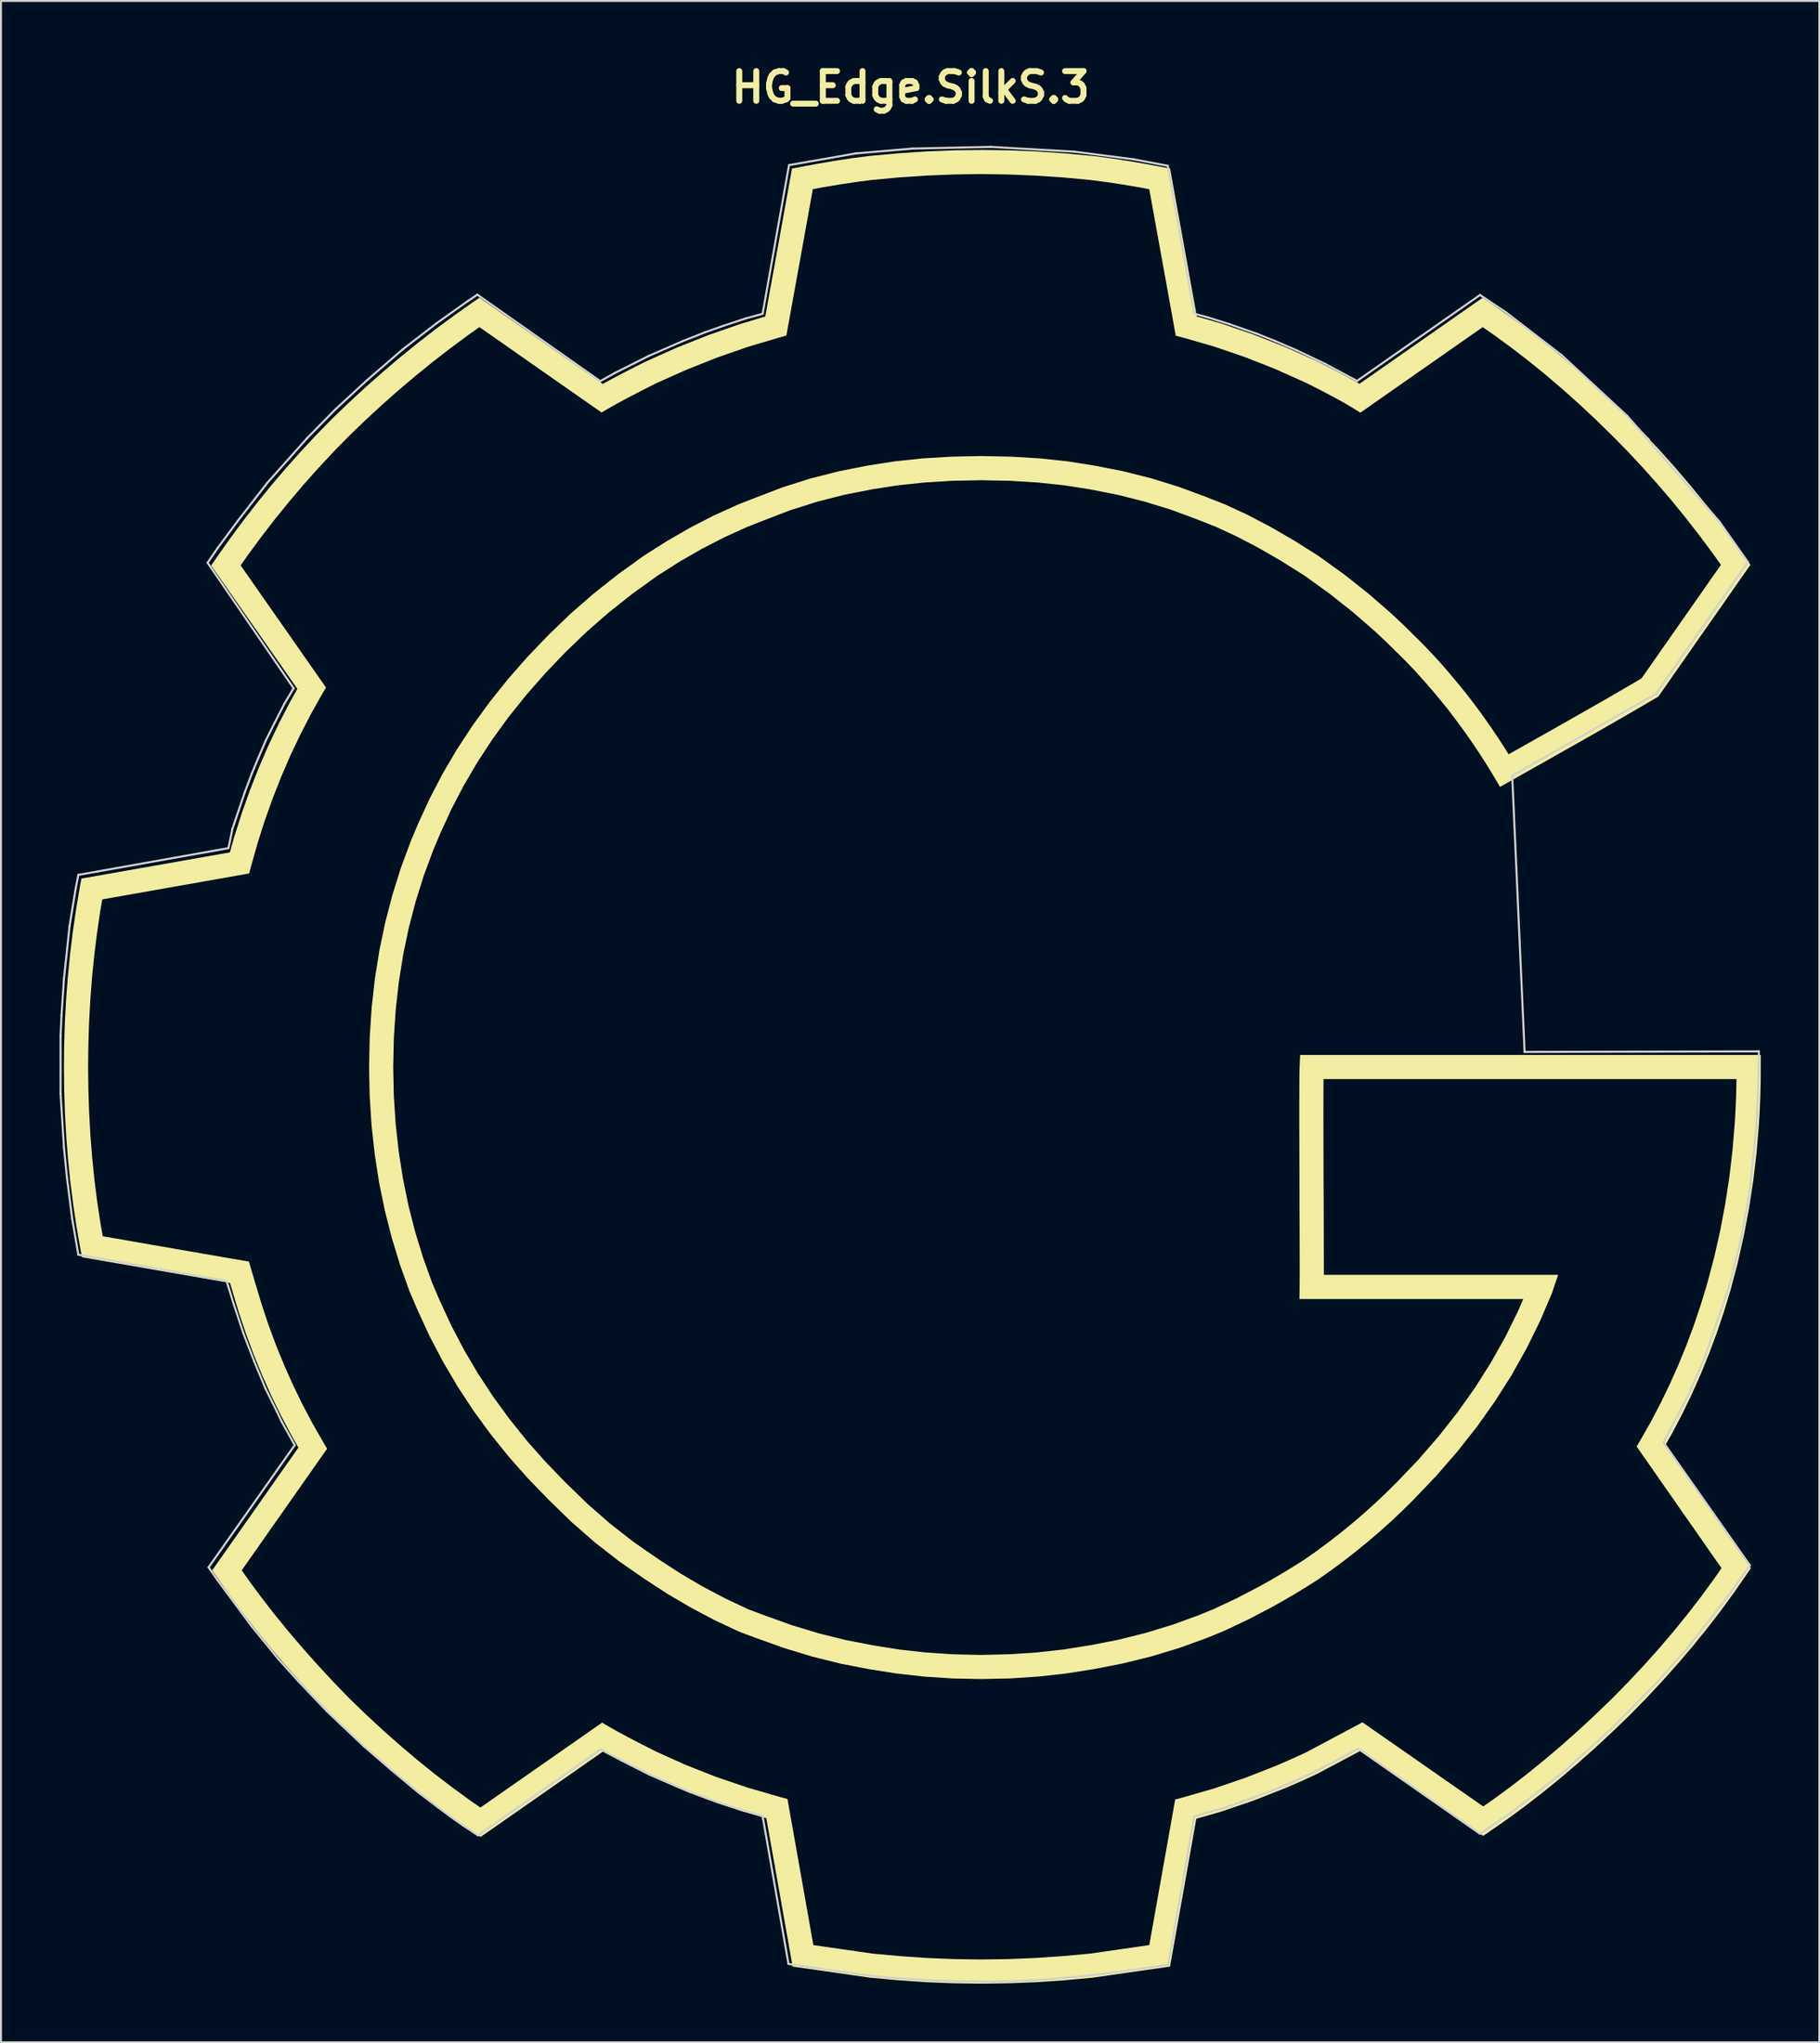
<source format=kicad_pcb>
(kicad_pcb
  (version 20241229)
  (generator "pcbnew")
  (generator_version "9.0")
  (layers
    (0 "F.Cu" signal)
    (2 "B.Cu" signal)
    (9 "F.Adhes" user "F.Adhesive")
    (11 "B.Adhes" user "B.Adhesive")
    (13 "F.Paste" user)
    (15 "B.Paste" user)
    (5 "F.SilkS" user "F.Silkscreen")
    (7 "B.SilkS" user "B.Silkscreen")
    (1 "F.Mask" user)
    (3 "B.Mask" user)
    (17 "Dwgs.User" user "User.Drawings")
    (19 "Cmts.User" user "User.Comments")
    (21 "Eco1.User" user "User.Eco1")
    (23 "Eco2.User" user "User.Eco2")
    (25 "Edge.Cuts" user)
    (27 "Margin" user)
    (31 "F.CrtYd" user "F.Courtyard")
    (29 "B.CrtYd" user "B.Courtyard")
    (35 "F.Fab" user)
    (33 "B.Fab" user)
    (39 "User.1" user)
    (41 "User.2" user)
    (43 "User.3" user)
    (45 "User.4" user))
  (footprint "HG_Edge.SilkS.3"
    (layer "F.Cu")
    (at 43.606 51.522)
    (property "Reference" "HG_Edge.SilkS.3" (at 0 -50.096 0) (layer "F.SilkS") (effects (font (size 1.524 1.524) (thickness 0.305))))
    (attr smd)
    (fp_poly (pts (xy 3.606 -46.89) (xy 4.975 -45.635) (xy 6.368 -45.578) (xy 7.78 -45.485) (xy 9.206 -45.352) (xy 10.016 -45.246) (xy 10.858 -45.12) (xy 11.733 -44.971) (xy 12.223 -44.879) (xy 12.489 -43.416) (xy 12.829 -41.532) (xy 13.171 -39.647) (xy 13.581 -37.373) (xy 13.964 -37.274) (xy 15.534 -36.823) (xy 17.112 -36.284) (xy 18.692 -35.661) (xy 20.28 -34.95) (xy 21.042 -34.563) (xy 21.704 -34.213) (xy 22.257 -33.907) (xy 22.694 -33.647) (xy 23.04 -33.432) (xy 24.946 -34.766) (xy 25.731 -35.315) (xy 26.518 -35.864) (xy 27.303 -36.412) (xy 28.089 -36.963) (xy 28.876 -37.512) (xy 29.307 -37.813) (xy 29.86 -37.43) (xy 30.755 -36.776) (xy 31.641 -36.094) (xy 32.52 -35.381) (xy 33.391 -34.639) (xy 34.255 -33.866) (xy 35.112 -33.065) (xy 35.753 -32.438) (xy 35.878 -32.318) (xy 36.012 -32.181) (xy 36.143 -32.053) (xy 36.749 -31.432) (xy 37.518 -30.608) (xy 38.27 -29.766) (xy 39.005 -28.907) (xy 39.719 -28.028) (xy 40.417 -27.133) (xy 41.096 -26.219) (xy 41.51 -25.635) (xy 41.212 -25.207) (xy 40.661 -24.422) (xy 40.112 -23.635) (xy 39.563 -22.85) (xy 39.014 -22.065) (xy 38.464 -21.28) (xy 37.915 -20.493) (xy 37.444 -19.819) (xy 36.643 -19.35) (xy 35.721 -18.815) (xy 34.792 -18.284) (xy 33.858 -17.752) (xy 32.921 -17.221) (xy 31.983 -16.692) (xy 31.048 -16.164) (xy 30.635 -15.93) (xy 30.393 -16.319) (xy 30.098 -16.77) (xy 29.796 -17.219) (xy 29.483 -17.668) (xy 29.161 -18.118) (xy 28.829 -18.563) (xy 28.487 -19.01) (xy 28.485 -19.012) (xy 28.481 -19.016) (xy 28.12 -19.463) (xy 28.12 -19.465) (xy 27.762 -19.893) (xy 27.413 -20.301) (xy 27.069 -20.692) (xy 26.731 -21.061) (xy 26.401 -21.411) (xy 26.075 -21.743) (xy 25.768 -22.042) (xy 25.757 -22.053) (xy 25.221 -22.583) (xy 24.655 -23.114) (xy 23.471 -24.147) (xy 22.217 -25.139) (xy 20.895 -26.092) (xy 20.889 -26.096) (xy 20.883 -26.1) (xy 19.631 -26.889) (xy 18.417 -27.593) (xy 17.235 -28.21) (xy 16.088 -28.739) (xy 16.079 -28.743) (xy 15.84 -28.837) (xy 15.612 -28.927) (xy 15.381 -29.016) (xy 15.157 -29.106) (xy 15.153 -29.108) (xy 13.76 -29.624) (xy 12.333 -30.067) (xy 10.874 -30.434) (xy 9.391 -30.725) (xy 8.036 -30.938) (xy 6.62 -31.089) (xy 5.143 -31.178) (xy 3.606 -31.21) (xy 2.079 -31.178) (xy 0.606 -31.089) (xy -0.814 -30.938) (xy -2.179 -30.725) (xy -3.673 -30.432) (xy -5.138 -30.059) (xy -6.566 -29.606) (xy -7.953 -29.075) (xy -8.171 -28.989) (xy -8.4 -28.899) (xy -8.63 -28.81) (xy -8.867 -28.716) (xy -8.874 -28.712) (xy -10.083 -28.165) (xy -11.287 -27.546) (xy -12.484 -26.856) (xy -13.677 -26.099) (xy -13.681 -26.097) (xy -13.685 -26.093) (xy -15.007 -25.139) (xy -16.261 -24.147) (xy -17.445 -23.114) (xy -18.558 -22.04) (xy -19.632 -20.921) (xy -20.64 -19.772) (xy -21.579 -18.596) (xy -22.451 -17.395) (xy -23.255 -16.169) (xy -23.99 -14.917) (xy -24.654 -13.639) (xy -25.251 -12.337) (xy -25.251 -12.335) (xy -25.298 -12.225) (xy -25.343 -12.118) (xy -25.388 -12.01) (xy -25.433 -11.901) (xy -25.478 -11.794) (xy -25.523 -11.686) (xy -25.57 -11.579) (xy -25.617 -11.466) (xy -25.619 -11.46) (xy -26.119 -10.11) (xy -26.55 -8.733) (xy -26.917 -7.329) (xy -27.216 -5.899) (xy -27.449 -4.442) (xy -27.615 -2.958) (xy -27.714 -1.448) (xy -27.747 0.089) (xy -27.716 1.607) (xy -27.619 3.101) (xy -27.456 4.572) (xy -27.232 6.019) (xy -26.939 7.445) (xy -26.583 8.845) (xy -26.162 10.224) (xy -25.677 11.578) (xy -25.671 11.588) (xy -25.615 11.72) (xy -25.564 11.841) (xy -25.511 11.963) (xy -25.458 12.086) (xy -25.408 12.207) (xy -25.355 12.328) (xy -25.302 12.451) (xy -25.249 12.572) (xy -25.249 12.574) (xy -24.636 13.9) (xy -23.956 15.193) (xy -23.214 16.453) (xy -22.41 17.679) (xy -21.54 18.873) (xy -20.607 20.033) (xy -19.611 21.16) (xy -18.56 22.244) (xy -17.392 23.383) (xy -16.183 24.439) (xy -14.933 25.414) (xy -13.644 26.308) (xy -12.482 27.066) (xy -11.285 27.769) (xy -10.068 28.414) (xy -8.828 28.998) (xy -8.812 29.006) (xy -8.572 29.096) (xy -8.349 29.18) (xy -8.126 29.262) (xy -7.904 29.346) (xy -6.476 29.857) (xy -5.035 30.295) (xy -3.591 30.654) (xy -2.142 30.935) (xy -0.749 31.156) (xy 0.678 31.316) (xy 2.131 31.412) (xy 3.606 31.443) (xy 5.083 31.412) (xy 6.538 31.316) (xy 7.975 31.156) (xy 9.389 30.933) (xy 10.887 30.64) (xy 12.366 30.273) (xy 13.815 29.832) (xy 15.237 29.314) (xy 15.241 29.312) (xy 15.448 29.226) (xy 15.649 29.144) (xy 15.85 29.06) (xy 16.061 28.973) (xy 16.069 28.971) (xy 17.274 28.4) (xy 18.477 27.773) (xy 19.079 27.435) (xy 19.68 27.086) (xy 20.28 26.719) (xy 20.881 26.338) (xy 20.887 26.332) (xy 20.895 26.328) (xy 21.547 25.867) (xy 22.188 25.392) (xy 22.815 24.904) (xy 23.43 24.402) (xy 24.034 23.884) (xy 24.626 23.353) (xy 25.204 22.806) (xy 25.766 22.25) (xy 26.928 21.033) (xy 28.012 19.785) (xy 29.018 18.507) (xy 29.946 17.199) (xy 30.794 15.861) (xy 31.561 14.492) (xy 32.249 13.093) (xy 32.858 11.666) (xy 32.864 11.65) (xy 32.872 11.625) (xy 32.876 11.615) (xy 32.88 11.605) (xy 32.883 11.593) (xy 32.885 11.583) (xy 32.889 11.573) (xy 32.893 11.561) (xy 33.171 10.735) (xy 30.839 10.735) (xy 29.368 10.735) (xy 27.897 10.735) (xy 26.426 10.735) (xy 24.956 10.735) (xy 23.485 10.735) (xy 22.014 10.735) (xy 21.167 10.735) (xy 21.167 10.54) (xy 21.165 9.184) (xy 21.161 7.475) (xy 21.153 5.6) (xy 21.149 3.739) (xy 21.147 2.872) (xy 21.147 2.079) (xy 21.149 1.382) (xy 21.151 0.803) (xy 21.153 0.708) (xy 21.944 0.708) (xy 23.343 0.708) (xy 24.743 0.708) (xy 26.141 0.708) (xy 27.542 0.708) (xy 28.94 0.708) (xy 30.341 0.708) (xy 31.739 0.708) (xy 33.139 0.708) (xy 34.538 0.708) (xy 35.938 0.708) (xy 37.337 0.708) (xy 38.737 0.708) (xy 40.135 0.708) (xy 41.536 0.708) (xy 42.309 0.708) (xy 42.309 0.811) (xy 42.292 1.528) (xy 42.262 2.243) (xy 42.221 2.952) (xy 42.104 4.362) (xy 41.94 5.757) (xy 41.727 7.135) (xy 41.469 8.501) (xy 41.163 9.85) (xy 40.809 11.184) (xy 40.811 11.182) (xy 40.481 12.258) (xy 40.126 13.315) (xy 39.741 14.348) (xy 39.327 15.36) (xy 38.886 16.35) (xy 38.417 17.317) (xy 37.921 18.264) (xy 37.395 19.188) (xy 37.194 19.532) (xy 37.968 20.639) (xy 38.512 21.422) (xy 39.059 22.204) (xy 39.604 22.987) (xy 40.151 23.768) (xy 40.696 24.551) (xy 41.241 25.333) (xy 41.542 25.762) (xy 41.157 26.315) (xy 40.503 27.21) (xy 39.821 28.094) (xy 39.108 28.973) (xy 38.366 29.846) (xy 37.593 30.71) (xy 36.792 31.567) (xy 35.964 32.413) (xy 35.091 33.256) (xy 34.218 34.067) (xy 33.343 34.842) (xy 32.471 35.583) (xy 31.598 36.292) (xy 30.727 36.965) (xy 29.856 37.604) (xy 29.333 37.967) (xy 28.909 37.672) (xy 28.13 37.13) (xy 27.35 36.589) (xy 26.573 36.046) (xy 25.794 35.503) (xy 25.014 34.96) (xy 24.237 34.419) (xy 23.147 33.659) (xy 22.493 34.008) (xy 22.173 34.178) (xy 21.852 34.348) (xy 21.534 34.518) (xy 21.214 34.69) (xy 20.893 34.86) (xy 20.573 35.03) (xy 20.255 35.2) (xy 19.499 35.547) (xy 18.714 35.887) (xy 17.134 36.506) (xy 15.54 37.049) (xy 13.934 37.512) (xy 13.552 37.612) (xy 13.149 39.88) (xy 12.815 41.756) (xy 12.481 43.635) (xy 12.225 45.071) (xy 11.8 45.133) (xy 10.93 45.258) (xy 10.061 45.383) (xy 9.192 45.508) (xy 7.78 45.637) (xy 6.368 45.733) (xy 4.975 45.79) (xy 3.606 45.809) (xy 2.249 45.79) (xy 2.247 45.79) (xy 0.864 45.733) (xy -0.542 45.637) (xy -1.952 45.508) (xy -2.822 45.383) (xy -3.691 45.258) (xy -4.56 45.133) (xy -4.986 45.071) (xy -5.241 43.628) (xy -5.575 41.743) (xy -5.909 39.86) (xy -6.312 37.587) (xy -6.693 37.485) (xy -8.363 37.001) (xy -9.978 36.452) (xy -11.534 35.838) (xy -13.029 35.165) (xy -13.036 35.161) (xy -13.804 34.772) (xy -14.47 34.426) (xy -15.025 34.127) (xy -15.468 33.877) (xy -15.81 33.676) (xy -17.7 34.995) (xy -18.482 35.542) (xy -19.265 36.086) (xy -20.046 36.633) (xy -20.829 37.178) (xy -21.611 37.725) (xy -22.042 38.026) (xy -22.585 37.651) (xy -23.472 37.004) (xy -24.361 36.325) (xy -25.247 35.61) (xy -26.132 34.862) (xy -27.017 34.081) (xy -27.9 33.264) (xy -28.781 32.413) (xy -29.599 31.565) (xy -30.392 30.709) (xy -31.156 29.85) (xy -31.89 28.989) (xy -32.593 28.125) (xy -33.265 27.26) (xy -33.906 26.393) (xy -34.271 25.874) (xy -33.972 25.446) (xy -33.423 24.665) (xy -32.874 23.881) (xy -32.323 23.1) (xy -31.775 22.317) (xy -31.226 21.536) (xy -30.677 20.752) (xy -29.898 19.643) (xy -30.101 19.299) (xy -30.646 18.348) (xy -31.157 17.379) (xy -31.638 16.391) (xy -32.087 15.387) (xy -32.505 14.364) (xy -32.892 13.323) (xy -33.247 12.262) (xy -33.57 11.184) (xy -33.572 11.182) (xy -33.601 11.084) (xy -33.628 10.991) (xy -33.656 10.897) (xy -33.683 10.801) (xy -33.712 10.708) (xy -33.74 10.614) (xy -33.767 10.52) (xy -33.904 10.057) (xy -35.226 9.829) (xy -36.167 9.667) (xy -37.109 9.503) (xy -38.052 9.339) (xy -38.993 9.177) (xy -39.937 9.012) (xy -40.878 8.848) (xy -41.392 8.761) (xy -41.511 8.079) (xy -41.679 6.966) (xy -41.82 5.845) (xy -41.935 4.714) (xy -42.025 3.571) (xy -42.089 2.421) (xy -42.128 1.259) (xy -42.142 0.089) (xy -42.142 0.087) (xy -42.142 0.083) (xy -42.142 0.079) (xy -42.142 0.077) (xy -42.142 0.073) (xy -42.142 0.071) (xy -42.142 0.067) (xy -42.142 0.065) (xy -42.128 -1.08) (xy -42.091 -2.219) (xy -42.029 -3.351) (xy -41.943 -4.478) (xy -41.831 -5.597) (xy -41.693 -6.711) (xy -41.533 -7.818) (xy -41.417 -8.498) (xy -40.902 -8.588) (xy -39.954 -8.756) (xy -39.009 -8.922) (xy -38.064 -9.09) (xy -37.118 -9.256) (xy -36.173 -9.424) (xy -35.226 -9.59) (xy -33.892 -9.826) (xy -33.79 -10.207) (xy -33.458 -11.381) (xy -33.091 -12.533) (xy -32.689 -13.664) (xy -32.251 -14.775) (xy -31.781 -15.865) (xy -31.273 -16.933) (xy -30.732 -17.982) (xy -30.156 -19.01) (xy -29.954 -19.351) (xy -30.732 -20.463) (xy -31.281 -21.248) (xy -31.829 -22.035) (xy -32.38 -22.82) (xy -32.929 -23.605) (xy -33.478 -24.392) (xy -34.027 -25.177) (xy -34.327 -25.607) (xy -33.917 -26.191) (xy -33.243 -27.105) (xy -32.548 -28.004) (xy -31.833 -28.885) (xy -31.099 -29.748) (xy -30.345 -30.594) (xy -29.572 -31.424) (xy -28.781 -32.232) (xy -28.779 -32.234) (xy -28.777 -32.236) (xy -27.943 -33.039) (xy -27.093 -33.824) (xy -26.232 -34.586) (xy -25.357 -35.326) (xy -24.472 -36.043) (xy -23.573 -36.738) (xy -22.665 -37.41) (xy -22.093 -37.814) (xy -21.663 -37.514) (xy -20.878 -36.965) (xy -20.091 -36.414) (xy -19.306 -35.865) (xy -18.521 -35.316) (xy -17.736 -34.767) (xy -15.837 -33.441) (xy -15.495 -33.64) (xy -15.052 -33.892) (xy -14.497 -34.191) (xy -13.831 -34.537) (xy -13.056 -34.93) (xy -11.501 -35.625) (xy -9.925 -36.252) (xy -8.339 -36.803) (xy -6.745 -37.277) (xy -6.368 -37.381) (xy -5.958 -39.648) (xy -5.616 -41.533) (xy -5.277 -43.418) (xy -5.013 -44.881) (xy -4.521 -44.973) (xy -3.646 -45.121) (xy -2.804 -45.248) (xy -1.993 -45.353) (xy -0.57 -45.486) (xy 0.845 -45.58) (xy 2.235 -45.636) (xy 3.606 -45.656) (xy 3.606 -45.655) (xy 4.975 -45.635) (xy 3.606 -46.89) (xy 2.202 -46.872) (xy 0.778 -46.814) (xy -0.667 -46.716) (xy -2.132 -46.581) (xy -2.138 -46.581) (xy -2.142 -46.581) (xy -2.978 -46.472) (xy -3.841 -46.341) (xy -4.738 -46.189) (xy -5.664 -46.017) (xy -6.08 -45.937) (xy -6.496 -43.636) (xy -6.835 -41.751) (xy -7.177 -39.866) (xy -7.449 -38.357) (xy -8.72 -37.978) (xy -10.357 -37.409) (xy -11.984 -36.763) (xy -13.599 -36.04) (xy -13.605 -36.036) (xy -13.611 -36.034) (xy -14.396 -35.636) (xy -15.076 -35.282) (xy -15.65 -34.974) (xy -15.773 -34.903) (xy -17.025 -35.778) (xy -17.812 -36.327) (xy -18.597 -36.878) (xy -19.382 -37.427) (xy -20.169 -37.976) (xy -20.955 -38.524) (xy -22.091 -39.321) (xy -22.447 -39.077) (xy -23.39 -38.411) (xy -24.322 -37.722) (xy -25.24 -37.011) (xy -26.148 -36.276) (xy -27.041 -35.519) (xy -27.923 -34.739) (xy -28.792 -33.937) (xy -29.65 -33.112) (xy -29.652 -33.11) (xy -29.654 -33.108) (xy -30.466 -32.276) (xy -31.259 -31.425) (xy -32.033 -30.558) (xy -32.787 -29.673) (xy -33.519 -28.77) (xy -34.23 -27.849) (xy -34.923 -26.911) (xy -35.595 -25.956) (xy -35.838 -25.602) (xy -35.043 -24.466) (xy -34.494 -23.679) (xy -33.943 -22.893) (xy -33.394 -22.108) (xy -32.845 -21.321) (xy -32.295 -20.536) (xy -31.746 -19.751) (xy -31.42 -19.284) (xy -31.822 -18.567) (xy -32.382 -17.479) (xy -32.908 -16.372) (xy -33.396 -15.245) (xy -33.849 -14.095) (xy -34.265 -12.925) (xy -34.644 -11.733) (xy -34.879 -10.905) (xy -35.443 -10.806) (xy -36.388 -10.64) (xy -37.334 -10.472) (xy -38.279 -10.306) (xy -39.224 -10.138) (xy -40.17 -9.972) (xy -41.117 -9.806) (xy -42.486 -9.563) (xy -42.564 -9.14) (xy -42.755 -8.009) (xy -42.921 -6.874) (xy -43.06 -5.731) (xy -43.175 -4.585) (xy -43.265 -3.431) (xy -43.33 -2.27) (xy -43.367 -1.104) (xy -43.38 0.067) (xy -43.38 0.069) (xy -43.38 0.073) (xy -43.38 0.075) (xy -43.38 0.079) (xy -43.38 0.081) (xy -43.38 0.085) (xy -43.38 0.089) (xy -43.38 0.091) (xy -43.367 1.289) (xy -43.328 2.478) (xy -43.261 3.658) (xy -43.17 4.828) (xy -43.05 5.988) (xy -42.904 7.138) (xy -42.734 8.281) (xy -42.535 9.412) (xy -42.457 9.834) (xy -41.089 10.072) (xy -40.148 10.234) (xy -39.205 10.398) (xy -38.263 10.562) (xy -37.322 10.724) (xy -36.379 10.888) (xy -35.437 11.052) (xy -34.873 11.15) (xy -34.871 11.156) (xy -34.843 11.252) (xy -34.816 11.346) (xy -34.787 11.439) (xy -34.759 11.533) (xy -34.427 12.64) (xy -34.06 13.738) (xy -33.66 14.816) (xy -33.226 15.877) (xy -32.761 16.918) (xy -32.261 17.943) (xy -31.73 18.947) (xy -31.367 19.584) (xy -31.689 20.045) (xy -32.24 20.826) (xy -32.789 21.609) (xy -33.337 22.392) (xy -33.886 23.173) (xy -34.437 23.956) (xy -34.986 24.737) (xy -35.783 25.872) (xy -35.538 26.225) (xy -34.91 27.12) (xy -34.251 28.011) (xy -33.562 28.899) (xy -32.841 29.782) (xy -32.091 30.665) (xy -31.31 31.544) (xy -30.497 32.419) (xy -29.656 33.29) (xy -29.654 33.294) (xy -29.65 33.298) (xy -28.749 34.167) (xy -27.847 35.001) (xy -26.943 35.802) (xy -26.035 36.567) (xy -25.126 37.3) (xy -24.214 37.999) (xy -23.3 38.665) (xy -22.384 39.296) (xy -22.033 39.53) (xy -20.902 38.743) (xy -20.12 38.196) (xy -19.337 37.651) (xy -18.556 37.104) (xy -17.773 36.56) (xy -16.992 36.013) (xy -15.747 35.144) (xy -15.622 35.214) (xy -15.048 35.524) (xy -14.369 35.878) (xy -13.581 36.274) (xy -13.577 36.276) (xy -13.574 36.278) (xy -12.017 36.982) (xy -10.404 37.616) (xy -8.736 38.183) (xy -7.396 38.571) (xy -7.128 40.077) (xy -6.794 41.962) (xy -6.46 43.847) (xy -6.048 46.171) (xy -4.736 46.36) (xy -3.867 46.485) (xy -2.997 46.61) (xy -2.117 46.737) (xy -2.105 46.739) (xy -0.642 46.874) (xy 0.797 46.972) (xy 2.214 47.028) (xy 3.606 47.048) (xy 5.01 47.028) (xy 6.434 46.972) (xy 7.88 46.874) (xy 9.344 46.739) (xy 9.356 46.737) (xy 10.237 46.61) (xy 11.106 46.485) (xy 11.975 46.36) (xy 13.288 46.173) (xy 13.7 43.855) (xy 14.034 41.976) (xy 14.368 40.099) (xy 14.633 38.601) (xy 15.911 38.233) (xy 17.559 37.673) (xy 19.192 37.03) (xy 20.003 36.679) (xy 20.809 36.308) (xy 20.823 36.302) (xy 21.155 36.124) (xy 21.475 35.954) (xy 21.796 35.784) (xy 22.116 35.614) (xy 22.434 35.444) (xy 22.755 35.272) (xy 23.061 35.11) (xy 23.528 35.436) (xy 24.307 35.979) (xy 25.087 36.52) (xy 25.866 37.063) (xy 26.643 37.606) (xy 27.422 38.147) (xy 28.202 38.69) (xy 29.329 39.476) (xy 29.68 39.237) (xy 30.577 38.614) (xy 31.473 37.956) (xy 32.368 37.265) (xy 33.262 36.538) (xy 34.155 35.778) (xy 35.049 34.985) (xy 35.94 34.157) (xy 36.833 33.298) (xy 36.835 33.296) (xy 36.837 33.294) (xy 37.686 32.425) (xy 38.507 31.548) (xy 39.298 30.661) (xy 40.059 29.768) (xy 40.792 28.866) (xy 41.493 27.956) (xy 42.167 27.036) (xy 42.809 26.11) (xy 43.046 25.757) (xy 42.257 24.628) (xy 41.712 23.845) (xy 41.165 23.063) (xy 40.62 22.28) (xy 40.073 21.499) (xy 39.528 20.716) (xy 38.981 19.932) (xy 38.659 19.471) (xy 39.007 18.86) (xy 39.522 17.878) (xy 40.009 16.874) (xy 40.466 15.847) (xy 40.893 14.8) (xy 41.292 13.731) (xy 41.661 12.639) (xy 42.001 11.528) (xy 42.001 11.526) (xy 42.001 11.524) (xy 42.366 10.147) (xy 42.68 8.755) (xy 42.948 7.346) (xy 43.167 5.925) (xy 43.337 4.487) (xy 43.458 3.036) (xy 43.499 2.305) (xy 43.53 1.571) (xy 43.548 0.833) (xy 43.553 0.091) (xy 43.553 -0.529) (xy 41.536 -0.529) (xy 40.136 -0.529) (xy 38.737 -0.529) (xy 37.337 -0.529) (xy 35.938 -0.529) (xy 34.538 -0.529) (xy 33.139 -0.529) (xy 31.739 -0.529) (xy 30.341 -0.529) (xy 28.94 -0.529) (xy 27.542 -0.529) (xy 26.141 -0.529) (xy 24.743 -0.529) (xy 23.343 -0.529) (xy 21.944 -0.529) (xy 19.954 -0.529) (xy 19.927 0.061) (xy 19.919 0.352) (xy 19.919 0.354) (xy 19.913 0.798) (xy 19.911 1.38) (xy 19.909 2.079) (xy 19.909 2.876) (xy 19.911 3.743) (xy 19.917 5.606) (xy 19.923 7.483) (xy 19.929 9.188) (xy 19.931 10.54) (xy 19.927 11.346) (xy 19.917 11.975) (xy 22.015 11.975) (xy 23.485 11.975) (xy 24.956 11.975) (xy 26.427 11.975) (xy 27.897 11.975) (xy 29.368 11.975) (xy 30.839 11.975) (xy 31.382 11.975) (xy 31.124 12.579) (xy 30.466 13.917) (xy 29.729 15.227) (xy 28.917 16.511) (xy 28.026 17.768) (xy 27.059 18.997) (xy 26.015 20.2) (xy 24.891 21.376) (xy 24.889 21.378) (xy 24.887 21.378) (xy 24.343 21.919) (xy 23.786 22.444) (xy 23.218 22.956) (xy 22.637 23.454) (xy 22.044 23.938) (xy 21.438 24.409) (xy 20.823 24.866) (xy 20.194 25.309) (xy 19.626 25.669) (xy 19.046 26.022) (xy 18.464 26.362) (xy 17.884 26.688) (xy 16.723 27.294) (xy 15.563 27.841) (xy 15.378 27.917) (xy 15.177 28.001) (xy 14.975 28.083) (xy 14.782 28.163) (xy 14.78 28.163) (xy 14.772 28.167) (xy 13.423 28.657) (xy 12.036 29.081) (xy 10.62 29.435) (xy 9.176 29.716) (xy 9.173 29.716) (xy 9.169 29.716) (xy 7.809 29.931) (xy 6.43 30.083) (xy 5.028 30.175) (xy 3.606 30.206) (xy 2.184 30.177) (xy 0.788 30.083) (xy -0.583 29.931) (xy -1.929 29.716) (xy -1.933 29.716) (xy -1.939 29.714) (xy -3.324 29.446) (xy -4.706 29.102) (xy -6.085 28.684) (xy -7.464 28.19) (xy -7.466 28.188) (xy -7.693 28.104) (xy -7.915 28.02) (xy -8.138 27.936) (xy -8.326 27.868) (xy -8.333 27.864) (xy -9.513 27.307) (xy -10.681 26.69) (xy -11.829 26.014) (xy -12.956 25.28) (xy -12.962 25.276) (xy -12.968 25.272) (xy -14.199 24.418) (xy -15.394 23.485) (xy -16.552 22.473) (xy -17.675 21.381) (xy -17.679 21.377) (xy -17.683 21.373) (xy -18.703 20.319) (xy -19.662 19.237) (xy -20.556 18.121) (xy -21.392 16.975) (xy -22.163 15.799) (xy -22.874 14.592) (xy -23.525 13.352) (xy -24.113 12.084) (xy -24.115 12.082) (xy -24.165 11.963) (xy -24.216 11.842) (xy -24.269 11.719) (xy -24.322 11.598) (xy -24.373 11.477) (xy -24.425 11.354) (xy -24.478 11.233) (xy -24.521 11.131) (xy -24.988 9.834) (xy -25.392 8.512) (xy -25.734 7.168) (xy -26.013 5.801) (xy -26.23 4.408) (xy -26.386 2.992) (xy -26.48 1.553) (xy -26.511 0.09) (xy -26.478 -1.392) (xy -26.382 -2.847) (xy -26.222 -4.273) (xy -25.999 -5.674) (xy -25.712 -7.045) (xy -25.361 -8.39) (xy -24.947 -9.709) (xy -24.472 -10.99) (xy -24.468 -11.002) (xy -24.427 -11.099) (xy -24.382 -11.207) (xy -24.337 -11.314) (xy -24.292 -11.422) (xy -24.246 -11.529) (xy -24.201 -11.638) (xy -24.156 -11.746) (xy -24.113 -11.849) (xy -24.111 -11.853) (xy -23.542 -13.096) (xy -22.906 -14.316) (xy -22.203 -15.516) (xy -21.433 -16.691) (xy -20.595 -17.846) (xy -19.691 -18.974) (xy -18.718 -20.082) (xy -17.679 -21.168) (xy -17.679 -21.17) (xy -17.677 -21.17) (xy -16.607 -22.201) (xy -15.468 -23.195) (xy -14.261 -24.152) (xy -12.982 -25.072) (xy -11.843 -25.797) (xy -10.695 -26.457) (xy -9.544 -27.049) (xy -8.406 -27.566) (xy -8.4 -27.568) (xy -8.392 -27.572) (xy -8.177 -27.656) (xy -7.947 -27.746) (xy -7.718 -27.836) (xy -7.482 -27.93) (xy -7.476 -27.932) (xy -6.156 -28.438) (xy -4.798 -28.867) (xy -3.402 -29.225) (xy -1.966 -29.506) (xy -1.962 -29.506) (xy -1.958 -29.508) (xy -0.654 -29.709) (xy 0.708 -29.854) (xy 2.128 -29.942) (xy 3.606 -29.971) (xy 5.092 -29.942) (xy 6.516 -29.854) (xy 7.876 -29.709) (xy 9.169 -29.508) (xy 9.173 -29.506) (xy 9.176 -29.506) (xy 10.602 -29.225) (xy 11.999 -28.873) (xy 13.362 -28.451) (xy 14.696 -27.957) (xy 14.698 -27.955) (xy 14.928 -27.865) (xy 15.159 -27.774) (xy 15.387 -27.684) (xy 15.618 -27.594) (xy 16.688 -27.098) (xy 17.819 -26.508) (xy 18.991 -25.83) (xy 20.206 -25.065) (xy 21.471 -24.152) (xy 22.68 -23.193) (xy 23.819 -22.201) (xy 24.362 -21.69) (xy 24.887 -21.17) (xy 24.895 -21.164) (xy 24.901 -21.158) (xy 25.202 -20.865) (xy 25.509 -20.551) (xy 25.825 -20.219) (xy 26.147 -19.863) (xy 26.477 -19.488) (xy 26.817 -19.094) (xy 27.163 -18.678) (xy 27.514 -18.242) (xy 27.511 -18.25) (xy 27.841 -17.818) (xy 28.161 -17.387) (xy 28.473 -16.953) (xy 28.774 -16.52) (xy 29.067 -16.086) (xy 29.348 -15.652) (xy 29.35 -15.652) (xy 29.622 -15.217) (xy 29.886 -14.781) (xy 30.196 -14.26) (xy 30.723 -14.559) (xy 31.655 -15.086) (xy 32.593 -15.613) (xy 33.53 -16.143) (xy 34.47 -16.674) (xy 35.405 -17.207) (xy 36.339 -17.742) (xy 37.266 -18.279) (xy 38.188 -18.82) (xy 38.304 -18.887) (xy 38.93 -19.783) (xy 39.479 -20.568) (xy 40.028 -21.355) (xy 40.577 -22.141) (xy 41.128 -22.926) (xy 41.677 -23.713) (xy 42.225 -24.498) (xy 43.022 -25.637) (xy 42.776 -25.99) (xy 42.098 -26.945) (xy 41.403 -27.883) (xy 40.688 -28.799) (xy 39.954 -29.699) (xy 39.202 -30.58) (xy 38.432 -31.443) (xy 37.862 -32.053) (xy 37.893 -32.053) (xy 36.999 -32.947) (xy 36.837 -33.113) (xy 35.729 -34.219) (xy 35.731 -34.182) (xy 35.091 -34.779) (xy 34.204 -35.57) (xy 33.311 -36.332) (xy 32.409 -37.064) (xy 31.499 -37.766) (xy 30.579 -38.437) (xy 29.653 -39.082) (xy 29.3 -39.318) (xy 28.165 -38.525) (xy 27.38 -37.977) (xy 26.595 -37.428) (xy 25.809 -36.879) (xy 25.022 -36.328) (xy 24.237 -35.779) (xy 22.991 -34.91) (xy 22.87 -34.982) (xy 22.292 -35.303) (xy 21.61 -35.662) (xy 20.821 -36.063) (xy 20.815 -36.065) (xy 20.809 -36.069) (xy 19.173 -36.801) (xy 17.538 -37.445) (xy 15.907 -38.002) (xy 14.661 -38.36) (xy 14.387 -39.867) (xy 14.048 -41.752) (xy 13.706 -43.637) (xy 13.29 -45.938) (xy 12.874 -46.018) (xy 11.948 -46.19) (xy 11.053 -46.342) (xy 10.188 -46.473) (xy 9.354 -46.582) (xy 9.348 -46.582) (xy 9.344 -46.582) (xy 7.88 -46.717) (xy 6.434 -46.815) (xy 5.01 -46.873) (xy 3.606 -46.891) (xy 3.606 -46.89)) (stroke (width 0) (type solid)) (fill yes) (layer "F.SilkS"))
    (fp_line (start -43.553 -1.509) (end -43.553 1.459) (stroke (width 0.106) (type solid)) (layer "Edge.Cuts"))
    (fp_line (start -43.553 1.459) (end -43.379 4.216) (stroke (width 0.106) (type solid)) (layer "Edge.Cuts"))
    (fp_line (start -43.504 -2.557) (end -43.553 -1.509) (stroke (width 0.106) (type solid)) (layer "Edge.Cuts"))
    (fp_line (start -43.379 -4.44) (end -43.504 -2.557) (stroke (width 0.106) (type solid)) (layer "Edge.Cuts"))
    (fp_line (start -43.379 4.216) (end -43.229 5.738) (stroke (width 0.106) (type solid)) (layer "Edge.Cuts"))
    (fp_line (start -43.229 5.738) (end -42.955 7.883) (stroke (width 0.106) (type solid)) (layer "Edge.Cuts"))
    (fp_line (start -43.092 -7.134) (end -43.379 -4.44) (stroke (width 0.106) (type solid)) (layer "Edge.Cuts"))
    (fp_line (start -42.955 7.883) (end -42.643 9.704) (stroke (width 0.106) (type solid)) (layer "Edge.Cuts"))
    (fp_line (start -42.78 -9.042) (end -43.092 -7.134) (stroke (width 0.106) (type solid)) (layer "Edge.Cuts"))
    (fp_line (start -42.643 -9.753) (end -42.78 -9.042) (stroke (width 0.106) (type solid)) (layer "Edge.Cuts"))
    (fp_line (start -42.643 9.704) (end -35.047 11.051) (stroke (width 0.106) (type solid)) (layer "Edge.Cuts"))
    (fp_line (start -36.02 -25.743) (end -31.615 -19.314) (stroke (width 0.106) (type solid)) (layer "Edge.Cuts"))
    (fp_line (start -35.97 25.719) (end -35.509 26.38) (stroke (width 0.106) (type solid)) (layer "Edge.Cuts"))
    (fp_line (start -35.509 -26.492) (end -36.02 -25.743) (stroke (width 0.106) (type solid)) (layer "Edge.Cuts"))
    (fp_line (start -35.509 26.38) (end -33.775 28.724) (stroke (width 0.106) (type solid)) (layer "Edge.Cuts"))
    (fp_line (start -35.047 11.051) (end -34.685 12.223) (stroke (width 0.106) (type solid)) (layer "Edge.Cuts"))
    (fp_line (start -34.952 -11.123) (end -42.643 -9.753) (stroke (width 0.106) (type solid)) (layer "Edge.Cuts"))
    (fp_line (start -34.748 -12.111) (end -34.952 -11.123) (stroke (width 0.106) (type solid)) (layer "Edge.Cuts"))
    (fp_line (start -34.685 12.223) (end -34.187 13.732) (stroke (width 0.106) (type solid)) (layer "Edge.Cuts"))
    (fp_line (start -34.473 -27.889) (end -35.509 -26.492) (stroke (width 0.106) (type solid)) (layer "Edge.Cuts"))
    (fp_line (start -34.436 -13.034) (end -34.748 -12.111) (stroke (width 0.106) (type solid)) (layer "Edge.Cuts"))
    (fp_line (start -34.187 13.732) (end -33.638 15.154) (stroke (width 0.106) (type solid)) (layer "Edge.Cuts"))
    (fp_line (start -34.112 -13.994) (end -34.436 -13.034) (stroke (width 0.106) (type solid)) (layer "Edge.Cuts"))
    (fp_line (start -33.775 28.724) (end -32.391 30.421) (stroke (width 0.106) (type solid)) (layer "Edge.Cuts"))
    (fp_line (start -33.75 -14.954) (end -34.112 -13.994) (stroke (width 0.106) (type solid)) (layer "Edge.Cuts"))
    (fp_line (start -33.638 15.154) (end -33.052 16.564) (stroke (width 0.106) (type solid)) (layer "Edge.Cuts"))
    (fp_line (start -33.413 -15.765) (end -33.75 -14.954) (stroke (width 0.106) (type solid)) (layer "Edge.Cuts"))
    (fp_line (start -33.052 16.564) (end -32.465 17.749) (stroke (width 0.106) (type solid)) (layer "Edge.Cuts"))
    (fp_line (start -33.039 -16.638) (end -33.413 -15.765) (stroke (width 0.106) (type solid)) (layer "Edge.Cuts"))
    (fp_line (start -32.964 -29.834) (end -34.473 -27.889) (stroke (width 0.106) (type solid)) (layer "Edge.Cuts"))
    (fp_line (start -32.578 -17.561) (end -33.039 -16.638) (stroke (width 0.106) (type solid)) (layer "Edge.Cuts"))
    (fp_line (start -32.465 17.749) (end -32.216 18.272) (stroke (width 0.106) (type solid)) (layer "Edge.Cuts"))
    (fp_line (start -32.391 30.421) (end -31.38 31.543) (stroke (width 0.106) (type solid)) (layer "Edge.Cuts"))
    (fp_line (start -32.216 18.272) (end -31.68 19.233) (stroke (width 0.106) (type solid)) (layer "Edge.Cuts"))
    (fp_line (start -32.079 -18.534) (end -32.578 -17.561) (stroke (width 0.106) (type solid)) (layer "Edge.Cuts"))
    (fp_line (start -31.68 19.233) (end -31.555 19.457) (stroke (width 0.106) (type solid)) (layer "Edge.Cuts"))
    (fp_line (start -31.615 -19.314) (end -32.079 -18.534) (stroke (width 0.106) (type solid)) (layer "Edge.Cuts"))
    (fp_line (start -31.555 19.457) (end -35.97 25.719) (stroke (width 0.106) (type solid)) (layer "Edge.Cuts"))
    (fp_line (start -31.38 31.543) (end -29.908 33.09) (stroke (width 0.106) (type solid)) (layer "Edge.Cuts"))
    (fp_line (start -30.919 -32.129) (end -32.964 -29.834) (stroke (width 0.106) (type solid)) (layer "Edge.Cuts"))
    (fp_line (start -29.908 33.09) (end -28.013 34.886) (stroke (width 0.106) (type solid)) (layer "Edge.Cuts"))
    (fp_line (start -29.459 -33.613) (end -30.919 -32.129) (stroke (width 0.106) (type solid)) (layer "Edge.Cuts"))
    (fp_line (start -28.013 34.886) (end -26.653 36.058) (stroke (width 0.106) (type solid)) (layer "Edge.Cuts"))
    (fp_line (start -27.863 -35.085) (end -29.459 -33.613) (stroke (width 0.106) (type solid)) (layer "Edge.Cuts"))
    (fp_line (start -26.653 36.058) (end -25.231 37.243) (stroke (width 0.106) (type solid)) (layer "Edge.Cuts"))
    (fp_line (start -26.03 -36.669) (end -27.863 -35.085) (stroke (width 0.106) (type solid)) (layer "Edge.Cuts"))
    (fp_line (start -25.231 37.243) (end -24.209 38.017) (stroke (width 0.106) (type solid)) (layer "Edge.Cuts"))
    (fp_line (start -24.283 -38.016) (end -26.03 -36.669) (stroke (width 0.106) (type solid)) (layer "Edge.Cuts"))
    (fp_line (start -24.209 38.017) (end -23.61 38.466) (stroke (width 0.106) (type solid)) (layer "Edge.Cuts"))
    (fp_line (start -23.61 38.466) (end -22.936 38.94) (stroke (width 0.106) (type solid)) (layer "Edge.Cuts"))
    (fp_line (start -22.936 38.94) (end -22.163 39.451) (stroke (width 0.106) (type solid)) (layer "Edge.Cuts"))
    (fp_line (start -22.687 -39.151) (end -24.283 -38.016) (stroke (width 0.106) (type solid)) (layer "Edge.Cuts"))
    (fp_line (start -22.2 -39.476) (end -22.687 -39.151) (stroke (width 0.106) (type solid)) (layer "Edge.Cuts"))
    (fp_line (start -22.163 39.451) (end -15.889 35.048) (stroke (width 0.106) (type solid)) (layer "Edge.Cuts"))
    (fp_line (start -15.906 -35.047) (end -22.2 -39.476) (stroke (width 0.106) (type solid)) (layer "Edge.Cuts"))
    (fp_line (start -15.889 35.048) (end -14.842 35.597) (stroke (width 0.106) (type solid)) (layer "Edge.Cuts"))
    (fp_line (start -15.166 -35.459) (end -15.906 -35.047) (stroke (width 0.106) (type solid)) (layer "Edge.Cuts"))
    (fp_line (start -14.842 35.597) (end -13.395 36.333) (stroke (width 0.106) (type solid)) (layer "Edge.Cuts"))
    (fp_line (start -13.433 -36.332) (end -15.166 -35.459) (stroke (width 0.106) (type solid)) (layer "Edge.Cuts"))
    (fp_line (start -13.395 36.333) (end -11.337 37.218) (stroke (width 0.106) (type solid)) (layer "Edge.Cuts"))
    (fp_line (start -11.705 -37.086) (end -13.433 -36.332) (stroke (width 0.106) (type solid)) (layer "Edge.Cuts"))
    (fp_line (start -11.337 37.218) (end -9.853 37.767) (stroke (width 0.106) (type solid)) (layer "Edge.Cuts"))
    (fp_line (start -10.545 -37.545) (end -11.705 -37.086) (stroke (width 0.106) (type solid)) (layer "Edge.Cuts"))
    (fp_line (start -9.853 37.767) (end -8.58 38.179) (stroke (width 0.106) (type solid)) (layer "Edge.Cuts"))
    (fp_line (start -9.548 -37.898) (end -10.545 -37.545) (stroke (width 0.106) (type solid)) (layer "Edge.Cuts"))
    (fp_line (start -8.58 38.179) (end -7.782 38.403) (stroke (width 0.106) (type solid)) (layer "Edge.Cuts"))
    (fp_line (start -8.433 -38.264) (end -9.548 -37.898) (stroke (width 0.106) (type solid)) (layer "Edge.Cuts"))
    (fp_line (start -7.782 38.403) (end -7.583 38.478) (stroke (width 0.106) (type solid)) (layer "Edge.Cuts"))
    (fp_line (start -7.586 -38.497) (end -8.433 -38.264) (stroke (width 0.106) (type solid)) (layer "Edge.Cuts"))
    (fp_line (start -7.583 38.478) (end -6.26 46.036) (stroke (width 0.106) (type solid)) (layer "Edge.Cuts"))
    (fp_line (start -6.26 46.036) (end -4.564 46.286) (stroke (width 0.106) (type solid)) (layer "Edge.Cuts"))
    (fp_line (start -6.232 -46.113) (end -7.586 -38.497) (stroke (width 0.106) (type solid)) (layer "Edge.Cuts"))
    (fp_line (start -5.227 -46.289) (end -6.232 -46.113) (stroke (width 0.106) (type solid)) (layer "Edge.Cuts"))
    (fp_line (start -4.564 46.286) (end -2.544 46.585) (stroke (width 0.106) (type solid)) (layer "Edge.Cuts"))
    (fp_line (start -2.81 -46.713) (end -5.227 -46.289) (stroke (width 0.106) (type solid)) (layer "Edge.Cuts"))
    (fp_line (start -2.544 46.585) (end -1.334 46.722) (stroke (width 0.106) (type solid)) (layer "Edge.Cuts"))
    (fp_line (start -1.334 46.722) (end 0.001 46.81) (stroke (width 0.106) (type solid)) (layer "Edge.Cuts"))
    (fp_line (start 0.001 46.81) (end 0.911 46.872) (stroke (width 0.106) (type solid)) (layer "Edge.Cuts"))
    (fp_line (start 0.083 -46.96) (end -2.81 -46.713) (stroke (width 0.106) (type solid)) (layer "Edge.Cuts"))
    (fp_line (start 0.911 46.872) (end 2.233 46.922) (stroke (width 0.106) (type solid)) (layer "Edge.Cuts"))
    (fp_line (start 2.233 46.922) (end 4.142 46.947) (stroke (width 0.106) (type solid)) (layer "Edge.Cuts"))
    (fp_line (start 4.104 -47.048) (end 0.083 -46.96) (stroke (width 0.106) (type solid)) (layer "Edge.Cuts"))
    (fp_line (start 4.142 46.947) (end 5.688 46.909) (stroke (width 0.106) (type solid)) (layer "Edge.Cuts"))
    (fp_line (start 5.688 46.909) (end 7.035 46.822) (stroke (width 0.106) (type solid)) (layer "Edge.Cuts"))
    (fp_line (start 7.035 46.822) (end 8.707 46.673) (stroke (width 0.106) (type solid)) (layer "Edge.Cuts"))
    (fp_line (start 8.39 -46.801) (end 4.104 -47.048) (stroke (width 0.106) (type solid)) (layer "Edge.Cuts"))
    (fp_line (start 8.707 46.673) (end 9.991 46.535) (stroke (width 0.106) (type solid)) (layer "Edge.Cuts"))
    (fp_line (start 9.991 46.535) (end 11.201 46.361) (stroke (width 0.106) (type solid)) (layer "Edge.Cuts"))
    (fp_line (start 11.201 46.361) (end 12.735 46.149) (stroke (width 0.106) (type solid)) (layer "Edge.Cuts"))
    (fp_line (start 11.407 -46.413) (end 8.39 -46.801) (stroke (width 0.106) (type solid)) (layer "Edge.Cuts"))
    (fp_line (start 12.735 46.149) (end 13.197 46.074) (stroke (width 0.106) (type solid)) (layer "Edge.Cuts"))
    (fp_line (start 13.171 -46.078) (end 11.407 -46.413) (stroke (width 0.106) (type solid)) (layer "Edge.Cuts"))
    (fp_line (start 13.197 46.074) (end 14.531 38.478) (stroke (width 0.106) (type solid)) (layer "Edge.Cuts"))
    (fp_line (start 14.531 -38.503) (end 13.171 -46.078) (stroke (width 0.106) (type solid)) (layer "Edge.Cuts"))
    (fp_line (start 14.531 38.478) (end 16.277 37.979) (stroke (width 0.106) (type solid)) (layer "Edge.Cuts"))
    (fp_line (start 15.236 -38.309) (end 14.531 -38.503) (stroke (width 0.106) (type solid)) (layer "Edge.Cuts"))
    (fp_line (start 16.277 37.979) (end 18.585 37.131) (stroke (width 0.106) (type solid)) (layer "Edge.Cuts"))
    (fp_line (start 16.309 -37.973) (end 15.236 -38.309) (stroke (width 0.106) (type solid)) (layer "Edge.Cuts"))
    (fp_line (start 17.755 -37.467) (end 16.309 -37.973) (stroke (width 0.106) (type solid)) (layer "Edge.Cuts"))
    (fp_line (start 18.585 37.131) (end 19.633 36.694) (stroke (width 0.106) (type solid)) (layer "Edge.Cuts"))
    (fp_line (start 18.691 -37.093) (end 17.755 -37.467) (stroke (width 0.106) (type solid)) (layer "Edge.Cuts"))
    (fp_line (start 19.633 36.694) (end 20.693 36.196) (stroke (width 0.106) (type solid)) (layer "Edge.Cuts"))
    (fp_line (start 19.776 -36.626) (end 18.691 -37.093) (stroke (width 0.106) (type solid)) (layer "Edge.Cuts"))
    (fp_line (start 20.693 36.196) (end 21.865 35.584) (stroke (width 0.106) (type solid)) (layer "Edge.Cuts"))
    (fp_line (start 21.242 -35.927) (end 19.776 -36.626) (stroke (width 0.106) (type solid)) (layer "Edge.Cuts"))
    (fp_line (start 21.865 35.584) (end 22.925 35.011) (stroke (width 0.106) (type solid)) (layer "Edge.Cuts"))
    (fp_line (start 22.866 -35.057) (end 21.242 -35.927) (stroke (width 0.106) (type solid)) (layer "Edge.Cuts"))
    (fp_line (start 22.925 35.011) (end 29.162 39.364) (stroke (width 0.106) (type solid)) (layer "Edge.Cuts"))
    (fp_line (start 29.162 39.364) (end 30.721 38.316) (stroke (width 0.106) (type solid)) (layer "Edge.Cuts"))
    (fp_line (start 29.168 -39.46) (end 22.866 -35.057) (stroke (width 0.106) (type solid)) (layer "Edge.Cuts"))
    (fp_line (start 30.51 -38.564) (end 29.168 -39.46) (stroke (width 0.106) (type solid)) (layer "Edge.Cuts"))
    (fp_line (start 30.721 38.316) (end 33.515 36.146) (stroke (width 0.106) (type solid)) (layer "Edge.Cuts"))
    (fp_line (start 30.818 -14.831) (end 38.183 -19.029) (stroke (width 0.106) (type solid)) (layer "Edge.Cuts"))
    (fp_line (start 31.453 -0.684) (end 30.818 -14.831) (stroke (width 0.106) (type solid)) (layer "Edge.Cuts"))
    (fp_line (start 33.35 -36.376) (end 30.51 -38.564) (stroke (width 0.106) (type solid)) (layer "Edge.Cuts"))
    (fp_line (start 33.515 36.146) (end 35.922 33.963) (stroke (width 0.106) (type solid)) (layer "Edge.Cuts"))
    (fp_line (start 35.922 33.963) (end 38.279 31.568) (stroke (width 0.106) (type solid)) (layer "Edge.Cuts"))
    (fp_line (start 36.719 -33.254) (end 33.35 -36.376) (stroke (width 0.106) (type solid)) (layer "Edge.Cuts"))
    (fp_line (start 38.183 -19.029) (end 42.892 -25.775) (stroke (width 0.106) (type solid)) (layer "Edge.Cuts"))
    (fp_line (start 38.279 31.568) (end 39.888 29.747) (stroke (width 0.106) (type solid)) (layer "Edge.Cuts"))
    (fp_line (start 38.566 19.32) (end 39.826 16.938) (stroke (width 0.106) (type solid)) (layer "Edge.Cuts"))
    (fp_line (start 39.826 16.938) (end 40.686 14.955) (stroke (width 0.106) (type solid)) (layer "Edge.Cuts"))
    (fp_line (start 39.888 29.747) (end 41.859 27.215) (stroke (width 0.106) (type solid)) (layer "Edge.Cuts"))
    (fp_line (start 40.686 14.955) (end 41.896 11.438) (stroke (width 0.106) (type solid)) (layer "Edge.Cuts"))
    (fp_line (start 41.428 -27.857) (end 36.719 -33.254) (stroke (width 0.106) (type solid)) (layer "Edge.Cuts"))
    (fp_line (start 41.859 27.215) (end 42.994 25.619) (stroke (width 0.106) (type solid)) (layer "Edge.Cuts"))
    (fp_line (start 41.896 11.438) (end 42.482 9.18) (stroke (width 0.106) (type solid)) (layer "Edge.Cuts"))
    (fp_line (start 42.482 9.18) (end 42.994 6.448) (stroke (width 0.106) (type solid)) (layer "Edge.Cuts"))
    (fp_line (start 42.892 -25.775) (end 41.428 -27.857) (stroke (width 0.106) (type solid)) (layer "Edge.Cuts"))
    (fp_line (start 42.994 6.448) (end 43.33 3.131) (stroke (width 0.106) (type solid)) (layer "Edge.Cuts"))
    (fp_line (start 42.994 25.619) (end 38.566 19.32) (stroke (width 0.106) (type solid)) (layer "Edge.Cuts"))
    (fp_line (start 43.33 3.131) (end 43.443 0.524) (stroke (width 0.106) (type solid)) (layer "Edge.Cuts"))
    (fp_line (start 43.443 0.524) (end 43.455 -0.711) (stroke (width 0.106) (type solid)) (layer "Edge.Cuts"))
    (fp_line (start 43.455 -0.711) (end 31.453 -0.684) (stroke (width 0.106) (type solid)) (layer "Edge.Cuts")))
  (gr_rect
    (start -3 -3)
    (end 90.16 101.57)
    (stroke (width 0.1) (type default))
    (fill no)
    (layer "Edge.Cuts")))
</source>
